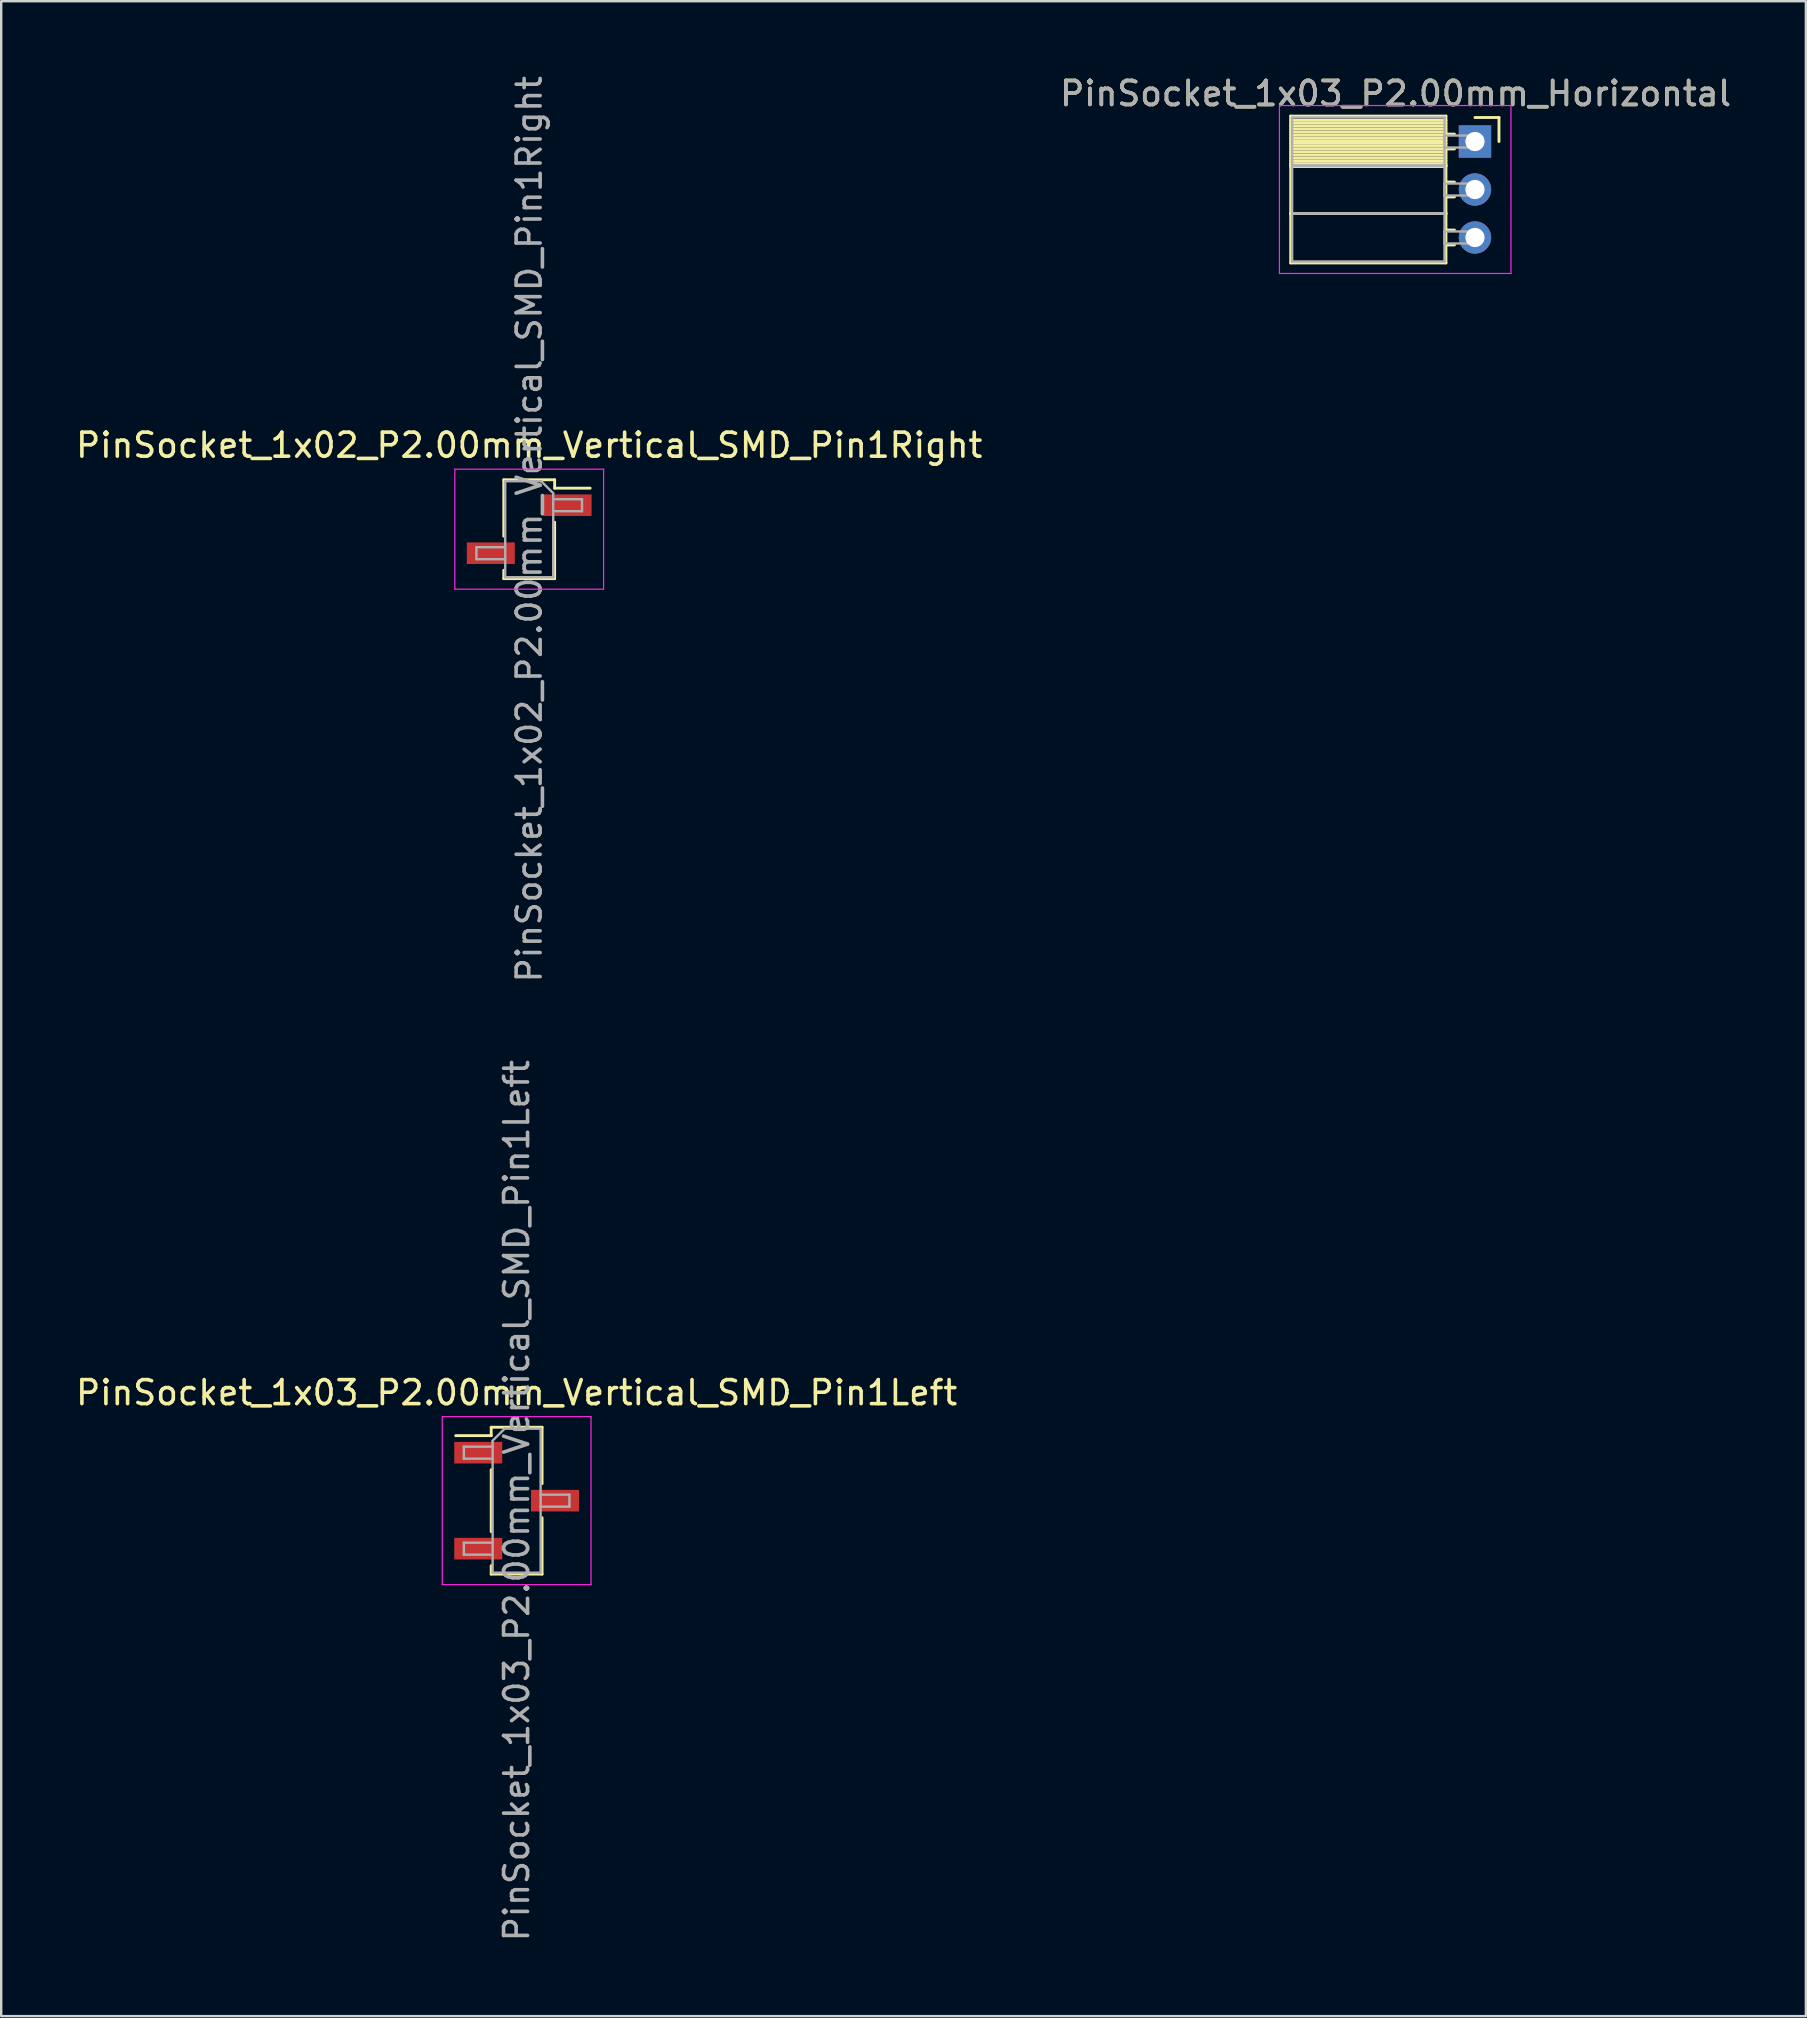
<source format=kicad_pcb>
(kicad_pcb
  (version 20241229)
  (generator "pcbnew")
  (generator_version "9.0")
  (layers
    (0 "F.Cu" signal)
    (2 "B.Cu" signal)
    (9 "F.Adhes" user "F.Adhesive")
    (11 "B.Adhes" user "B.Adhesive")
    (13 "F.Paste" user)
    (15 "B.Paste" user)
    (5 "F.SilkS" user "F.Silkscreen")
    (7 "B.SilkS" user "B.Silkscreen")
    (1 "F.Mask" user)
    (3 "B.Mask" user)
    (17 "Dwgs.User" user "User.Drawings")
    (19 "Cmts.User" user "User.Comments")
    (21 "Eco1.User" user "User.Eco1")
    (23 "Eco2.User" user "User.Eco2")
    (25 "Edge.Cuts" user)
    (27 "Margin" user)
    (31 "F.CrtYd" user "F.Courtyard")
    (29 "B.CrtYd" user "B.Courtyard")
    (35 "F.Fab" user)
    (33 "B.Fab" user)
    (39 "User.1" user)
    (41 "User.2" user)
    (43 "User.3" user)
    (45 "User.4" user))
  (footprint "PinSocket_1x02_P2.00mm_Vertical_SMD_Pin1Right"
    (layer "F.Cu")
    (at 19.006 19.006)
    (property "Reference" "PinSocket_1x02_P2.00mm_Vertical_SMD_Pin1Right" (at 0 -3.5 0) (layer "F.SilkS") (effects (font (size 1 1) (thickness 0.15))))
    (attr smd)
    (fp_line (start -1.06 -2.06) (end -1.06 0.29) (stroke (width 0.12) (type solid)) (layer "F.SilkS"))
    (fp_line (start -1.06 -2.06) (end 1.06 -2.06) (stroke (width 0.12) (type solid)) (layer "F.SilkS"))
    (fp_line (start -1.06 1.71) (end -1.06 2.06) (stroke (width 0.12) (type solid)) (layer "F.SilkS"))
    (fp_line (start -1.06 2.06) (end 1.06 2.06) (stroke (width 0.12) (type solid)) (layer "F.SilkS"))
    (fp_line (start 1.06 -2.06) (end 1.06 -1.71) (stroke (width 0.12) (type solid)) (layer "F.SilkS"))
    (fp_line (start 1.06 -1.71) (end 2.54 -1.71) (stroke (width 0.12) (type solid)) (layer "F.SilkS"))
    (fp_line (start 1.06 -0.29) (end 1.06 2.06) (stroke (width 0.12) (type solid)) (layer "F.SilkS"))
    (fp_line (start -3.1 -2.5) (end 3.1 -2.5) (stroke (width 0.05) (type solid)) (layer "F.CrtYd"))
    (fp_line (start -3.1 2.5) (end -3.1 -2.5) (stroke (width 0.05) (type solid)) (layer "F.CrtYd"))
    (fp_line (start 3.1 -2.5) (end 3.1 2.5) (stroke (width 0.05) (type solid)) (layer "F.CrtYd"))
    (fp_line (start 3.1 2.5) (end -3.1 2.5) (stroke (width 0.05) (type solid)) (layer "F.CrtYd"))
    (fp_line (start -2.2 0.75) (end -1 0.75) (stroke (width 0.1) (type solid)) (layer "F.Fab"))
    (fp_line (start -2.2 1.25) (end -2.2 0.75) (stroke (width 0.1) (type solid)) (layer "F.Fab"))
    (fp_line (start -1 -2) (end 0.5 -2) (stroke (width 0.1) (type solid)) (layer "F.Fab"))
    (fp_line (start -1 1.25) (end -2.2 1.25) (stroke (width 0.1) (type solid)) (layer "F.Fab"))
    (fp_line (start -1 2) (end -1 -2) (stroke (width 0.1) (type solid)) (layer "F.Fab"))
    (fp_line (start 0.5 -2) (end 1 -1.5) (stroke (width 0.1) (type solid)) (layer "F.Fab"))
    (fp_line (start 1 -1.5) (end 1 2) (stroke (width 0.1) (type solid)) (layer "F.Fab"))
    (fp_line (start 1 -1.25) (end 2.2 -1.25) (stroke (width 0.1) (type solid)) (layer "F.Fab"))
    (fp_line (start 1 2) (end -1 2) (stroke (width 0.1) (type solid)) (layer "F.Fab"))
    (fp_line (start 2.2 -1.25) (end 2.2 -0.75) (stroke (width 0.1) (type solid)) (layer "F.Fab"))
    (fp_line (start 2.2 -0.75) (end 1 -0.75) (stroke (width 0.1) (type solid)) (layer "F.Fab"))
    (fp_text user "${REFERENCE}" (at 0 0 90) (layer "F.Fab") (effects (font (size 1 1) (thickness 0.15))))
    (pad "1" smd rect (at 1.6 -1) (size 2 0.9) (layers "F.Cu" "F.Mask" "F.Paste"))
    (pad "2" smd rect (at -1.6 1) (size 2 0.9) (layers "F.Cu" "F.Mask" "F.Paste")))
  (footprint "PinSocket_1x03_P2.00mm_Vertical_SMD_Pin1Left"
    (layer "F.Cu")
    (at 18.482 59.494)
    (property "Reference" "PinSocket_1x03_P2.00mm_Vertical_SMD_Pin1Left" (at 0 -4.5 0) (layer "F.SilkS") (effects (font (size 1 1) (thickness 0.15))))
    (attr smd)
    (fp_line (start -2.54 -2.71) (end -1.06 -2.71) (stroke (width 0.12) (type solid)) (layer "F.SilkS"))
    (fp_line (start -1.06 -3.06) (end -1.06 -2.71) (stroke (width 0.12) (type solid)) (layer "F.SilkS"))
    (fp_line (start -1.06 -3.06) (end 1.06 -3.06) (stroke (width 0.12) (type solid)) (layer "F.SilkS"))
    (fp_line (start -1.06 -1.29) (end -1.06 1.29) (stroke (width 0.12) (type solid)) (layer "F.SilkS"))
    (fp_line (start -1.06 2.71) (end -1.06 3.06) (stroke (width 0.12) (type solid)) (layer "F.SilkS"))
    (fp_line (start -1.06 3.06) (end 1.06 3.06) (stroke (width 0.12) (type solid)) (layer "F.SilkS"))
    (fp_line (start 1.06 -3.06) (end 1.06 -0.71) (stroke (width 0.12) (type solid)) (layer "F.SilkS"))
    (fp_line (start 1.06 0.71) (end 1.06 3.06) (stroke (width 0.12) (type solid)) (layer "F.SilkS"))
    (fp_line (start -3.1 -3.5) (end 3.1 -3.5) (stroke (width 0.05) (type solid)) (layer "F.CrtYd"))
    (fp_line (start -3.1 3.5) (end -3.1 -3.5) (stroke (width 0.05) (type solid)) (layer "F.CrtYd"))
    (fp_line (start 3.1 -3.5) (end 3.1 3.5) (stroke (width 0.05) (type solid)) (layer "F.CrtYd"))
    (fp_line (start 3.1 3.5) (end -3.1 3.5) (stroke (width 0.05) (type solid)) (layer "F.CrtYd"))
    (fp_line (start -2.2 -2.25) (end -1 -2.25) (stroke (width 0.1) (type solid)) (layer "F.Fab"))
    (fp_line (start -2.2 -1.75) (end -2.2 -2.25) (stroke (width 0.1) (type solid)) (layer "F.Fab"))
    (fp_line (start -2.2 1.75) (end -1 1.75) (stroke (width 0.1) (type solid)) (layer "F.Fab"))
    (fp_line (start -2.2 2.25) (end -2.2 1.75) (stroke (width 0.1) (type solid)) (layer "F.Fab"))
    (fp_line (start -1 -2.5) (end -0.5 -3) (stroke (width 0.1) (type solid)) (layer "F.Fab"))
    (fp_line (start -1 -1.75) (end -2.2 -1.75) (stroke (width 0.1) (type solid)) (layer "F.Fab"))
    (fp_line (start -1 2.25) (end -2.2 2.25) (stroke (width 0.1) (type solid)) (layer "F.Fab"))
    (fp_line (start -1 3) (end -1 -2.5) (stroke (width 0.1) (type solid)) (layer "F.Fab"))
    (fp_line (start -0.5 -3) (end 1 -3) (stroke (width 0.1) (type solid)) (layer "F.Fab"))
    (fp_line (start 1 -3) (end 1 3) (stroke (width 0.1) (type solid)) (layer "F.Fab"))
    (fp_line (start 1 -0.25) (end 2.2 -0.25) (stroke (width 0.1) (type solid)) (layer "F.Fab"))
    (fp_line (start 1 3) (end -1 3) (stroke (width 0.1) (type solid)) (layer "F.Fab"))
    (fp_line (start 2.2 -0.25) (end 2.2 0.25) (stroke (width 0.1) (type solid)) (layer "F.Fab"))
    (fp_line (start 2.2 0.25) (end 1 0.25) (stroke (width 0.1) (type solid)) (layer "F.Fab"))
    (fp_text user "${REFERENCE}" (at 0 0 90) (layer "F.Fab") (effects (font (size 1 1) (thickness 0.15))))
    (pad "1" smd rect (at -1.6 -2) (size 2 0.9) (layers "F.Cu" "F.Mask" "F.Paste"))
    (pad "2" smd rect (at 1.6 0) (size 2 0.9) (layers "F.Cu" "F.Mask" "F.Paste"))
    (pad "3" smd rect (at -1.6 2) (size 2 0.9) (layers "F.Cu" "F.Mask" "F.Paste")))
  (footprint "PinSocket_1x03_P2.00mm_Horizontal"
    (layer "F.Cu")
    (at 58.423 2.848)
    (property "Reference" "PinSocket_1x03_P2.00mm_Horizontal" (at -3.31 -2 0) (layer "F.SilkS") (effects (font (size 1 1) (thickness 0.15))))
    (attr through_hole)
    (fp_line (start -7.68 -1.06) (end -1.21 -1.06) (stroke (width 0.12) (type solid)) (layer "F.SilkS"))
    (fp_line (start -7.68 1) (end -7.68 -1.06) (stroke (width 0.12) (type solid)) (layer "F.SilkS"))
    (fp_line (start -7.68 1) (end -1.21 1) (stroke (width 0.12) (type solid)) (layer "F.SilkS"))
    (fp_line (start -7.68 3) (end -7.68 1) (stroke (width 0.12) (type solid)) (layer "F.SilkS"))
    (fp_line (start -7.68 3) (end -1.21 3) (stroke (width 0.12) (type solid)) (layer "F.SilkS"))
    (fp_line (start -7.68 5.06) (end -7.68 3) (stroke (width 0.12) (type solid)) (layer "F.SilkS"))
    (fp_line (start -1.21 -1.06) (end -1.21 1) (stroke (width 0.12) (type solid)) (layer "F.SilkS"))
    (fp_line (start -1.21 -0.88) (end -7.68 -0.88) (stroke (width 0.12) (type solid)) (layer "F.SilkS"))
    (fp_line (start -1.21 -0.76) (end -7.68 -0.76) (stroke (width 0.12) (type solid)) (layer "F.SilkS"))
    (fp_line (start -1.21 -0.64) (end -7.68 -0.64) (stroke (width 0.12) (type solid)) (layer "F.SilkS"))
    (fp_line (start -1.21 -0.52) (end -7.68 -0.52) (stroke (width 0.12) (type solid)) (layer "F.SilkS"))
    (fp_line (start -1.21 -0.4) (end -7.68 -0.4) (stroke (width 0.12) (type solid)) (layer "F.SilkS"))
    (fp_line (start -1.21 -0.28) (end -7.68 -0.28) (stroke (width 0.12) (type solid)) (layer "F.SilkS"))
    (fp_line (start -1.21 -0.16) (end -7.68 -0.16) (stroke (width 0.12) (type solid)) (layer "F.SilkS"))
    (fp_line (start -1.21 -0.04) (end -7.68 -0.04) (stroke (width 0.12) (type solid)) (layer "F.SilkS"))
    (fp_line (start -1.21 0.08) (end -7.68 0.08) (stroke (width 0.12) (type solid)) (layer "F.SilkS"))
    (fp_line (start -1.21 0.2) (end -7.68 0.2) (stroke (width 0.12) (type solid)) (layer "F.SilkS"))
    (fp_line (start -1.21 0.32) (end -7.68 0.32) (stroke (width 0.12) (type solid)) (layer "F.SilkS"))
    (fp_line (start -1.21 0.44) (end -7.68 0.44) (stroke (width 0.12) (type solid)) (layer "F.SilkS"))
    (fp_line (start -1.21 0.56) (end -7.68 0.56) (stroke (width 0.12) (type solid)) (layer "F.SilkS"))
    (fp_line (start -1.21 0.68) (end -7.68 0.68) (stroke (width 0.12) (type solid)) (layer "F.SilkS"))
    (fp_line (start -1.21 0.8) (end -7.68 0.8) (stroke (width 0.12) (type solid)) (layer "F.SilkS"))
    (fp_line (start -1.21 0.92) (end -7.68 0.92) (stroke (width 0.12) (type solid)) (layer "F.SilkS"))
    (fp_line (start -1.21 1) (end -7.68 1) (stroke (width 0.12) (type solid)) (layer "F.SilkS"))
    (fp_line (start -1.21 1) (end -1.21 3) (stroke (width 0.12) (type solid)) (layer "F.SilkS"))
    (fp_line (start -1.21 1.04) (end -7.68 1.04) (stroke (width 0.12) (type solid)) (layer "F.SilkS"))
    (fp_line (start -1.21 3) (end -7.68 3) (stroke (width 0.12) (type solid)) (layer "F.SilkS"))
    (fp_line (start -1.21 3) (end -1.21 5.06) (stroke (width 0.12) (type solid)) (layer "F.SilkS"))
    (fp_line (start -1.21 5.06) (end -7.68 5.06) (stroke (width 0.12) (type solid)) (layer "F.SilkS"))
    (fp_line (start -0.855 -0.31) (end -1.21 -0.31) (stroke (width 0.12) (type solid)) (layer "F.SilkS"))
    (fp_line (start -0.855 0.31) (end -1.21 0.31) (stroke (width 0.12) (type solid)) (layer "F.SilkS"))
    (fp_line (start -0.855 1.69) (end -1.21 1.69) (stroke (width 0.12) (type solid)) (layer "F.SilkS"))
    (fp_line (start -0.855 2.31) (end -1.21 2.31) (stroke (width 0.12) (type solid)) (layer "F.SilkS"))
    (fp_line (start -0.855 3.69) (end -1.21 3.69) (stroke (width 0.12) (type solid)) (layer "F.SilkS"))
    (fp_line (start -0.855 4.31) (end -1.21 4.31) (stroke (width 0.12) (type solid)) (layer "F.SilkS"))
    (fp_line (start 0 -1) (end 1 -1) (stroke (width 0.12) (type solid)) (layer "F.SilkS"))
    (fp_line (start 1 -1) (end 1 0) (stroke (width 0.12) (type solid)) (layer "F.SilkS"))
    (fp_line (start -8.15 -1.5) (end 1.5 -1.5) (stroke (width 0.05) (type solid)) (layer "F.CrtYd"))
    (fp_line (start -8.15 5.5) (end -8.15 -1.5) (stroke (width 0.05) (type solid)) (layer "F.CrtYd"))
    (fp_line (start 1.5 -1.5) (end 1.5 5.5) (stroke (width 0.05) (type solid)) (layer "F.CrtYd"))
    (fp_line (start 1.5 5.5) (end -8.15 5.5) (stroke (width 0.05) (type solid)) (layer "F.CrtYd"))
    (fp_line (start -7.62 -1) (end -1.27 -1) (stroke (width 0.1) (type solid)) (layer "F.Fab"))
    (fp_line (start -7.62 1) (end -7.62 -1) (stroke (width 0.1) (type solid)) (layer "F.Fab"))
    (fp_line (start -7.62 1) (end -1.27 1) (stroke (width 0.1) (type solid)) (layer "F.Fab"))
    (fp_line (start -7.62 3) (end -7.62 1) (stroke (width 0.1) (type solid)) (layer "F.Fab"))
    (fp_line (start -7.62 3) (end -1.27 3) (stroke (width 0.1) (type solid)) (layer "F.Fab"))
    (fp_line (start -7.62 5) (end -7.62 3) (stroke (width 0.1) (type solid)) (layer "F.Fab"))
    (fp_line (start -1.27 -1) (end -1.27 1) (stroke (width 0.1) (type solid)) (layer "F.Fab"))
    (fp_line (start -1.27 -0.25) (end 0 -0.25) (stroke (width 0.1) (type solid)) (layer "F.Fab"))
    (fp_line (start -1.27 0.25) (end -1.27 -0.25) (stroke (width 0.1) (type solid)) (layer "F.Fab"))
    (fp_line (start -1.27 1) (end -7.62 1) (stroke (width 0.1) (type solid)) (layer "F.Fab"))
    (fp_line (start -1.27 1) (end -1.27 3) (stroke (width 0.1) (type solid)) (layer "F.Fab"))
    (fp_line (start -1.27 1.75) (end 0 1.75) (stroke (width 0.1) (type solid)) (layer "F.Fab"))
    (fp_line (start -1.27 2.25) (end -1.27 1.75) (stroke (width 0.1) (type solid)) (layer "F.Fab"))
    (fp_line (start -1.27 3) (end -7.62 3) (stroke (width 0.1) (type solid)) (layer "F.Fab"))
    (fp_line (start -1.27 3) (end -1.27 5) (stroke (width 0.1) (type solid)) (layer "F.Fab"))
    (fp_line (start -1.27 3.75) (end 0 3.75) (stroke (width 0.1) (type solid)) (layer "F.Fab"))
    (fp_line (start -1.27 4.25) (end -1.27 3.75) (stroke (width 0.1) (type solid)) (layer "F.Fab"))
    (fp_line (start -1.27 5) (end -7.62 5) (stroke (width 0.1) (type solid)) (layer "F.Fab"))
    (fp_line (start 0 -0.25) (end 0 0.25) (stroke (width 0.1) (type solid)) (layer "F.Fab"))
    (fp_line (start 0 0.25) (end -1.27 0.25) (stroke (width 0.1) (type solid)) (layer "F.Fab"))
    (fp_line (start 0 1.75) (end 0 2.25) (stroke (width 0.1) (type solid)) (layer "F.Fab"))
    (fp_line (start 0 2.25) (end -1.27 2.25) (stroke (width 0.1) (type solid)) (layer "F.Fab"))
    (fp_line (start 0 3.75) (end 0 4.25) (stroke (width 0.1) (type solid)) (layer "F.Fab"))
    (fp_line (start 0 4.25) (end -1.27 4.25) (stroke (width 0.1) (type solid)) (layer "F.Fab"))
    (fp_text user "${REFERENCE}" (at -3.31 -2 0) (layer "F.Fab") (effects (font (size 1 1) (thickness 0.15))))
    (pad "1" thru_hole rect (at 0 0) (size 1.35 1.35) (drill 0.8) (layers "*.Cu" "*.Mask"))
    (pad "2" thru_hole oval (at 0 2) (size 1.35 1.35) (drill 0.8) (layers "*.Cu" "*.Mask"))
    (pad "3" thru_hole oval (at 0 4) (size 1.35 1.35) (drill 0.8) (layers "*.Cu" "*.Mask")))
  (gr_rect
    (start -3 -3)
    (end 72.214 80.976)
    (stroke (width 0.1) (type default))
    (fill no)
    (layer "Edge.Cuts")))
</source>
